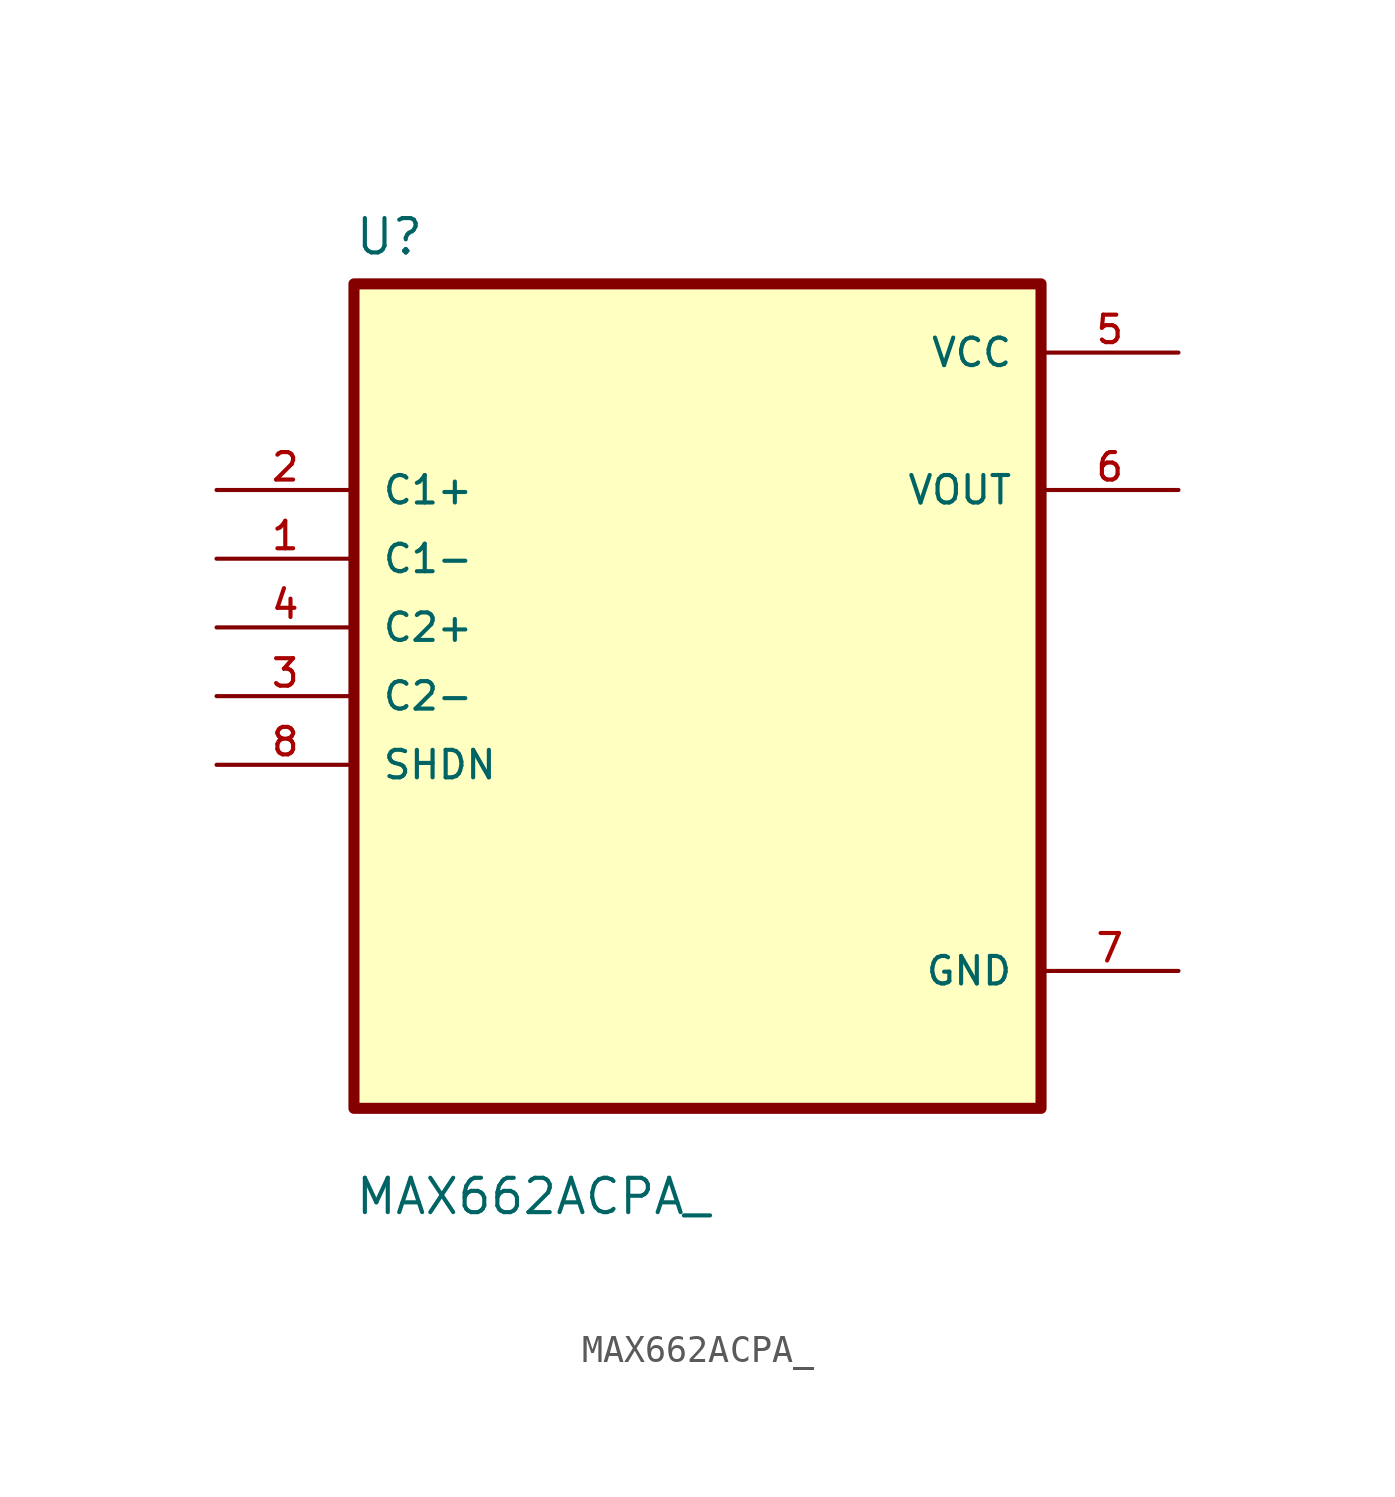
<source format=kicad_sym>
(kicad_symbol_lib
  (version 20211014)
  (generator kicad_symbol_editor)
  (symbol "MAX662ACPA_"
    (pin_names
      (offset 1.016))
    (property "Reference" "U"
      (at -12.7 16.24 0.0)
      (effects (font (size 1.27 1.27)) (justify bottom left)))
    (property "Value" "MAX662ACPA_"
      (at -12.7 -19.24 0.0)
      (effects (font (size 1.27 1.27)) (justify bottom left)))
    (symbol "MAX662ACPA__0_0"
      (rectangle (start -12.7 -15.24) (end 12.7 15.24) (stroke (width 0.41)) (fill (type background)))
      (pin input line (at -17.78 7.62 0) (length 5.08) (name "C1+" (effects (font (size 1.016 1.016)))) (number "2" (effects (font (size 1.016 1.016)))))
      (pin input line (at -17.78 5.08 0) (length 5.08) (name "C1-" (effects (font (size 1.016 1.016)))) (number "1" (effects (font (size 1.016 1.016)))))
      (pin input line (at -17.78 2.54 0) (length 5.08) (name "C2+" (effects (font (size 1.016 1.016)))) (number "4" (effects (font (size 1.016 1.016)))))
      (pin input line (at -17.78 0.0 0) (length 5.08) (name "C2-" (effects (font (size 1.016 1.016)))) (number "3" (effects (font (size 1.016 1.016)))))
      (pin input line (at -17.78 -2.54 0) (length 5.08) (name "SHDN" (effects (font (size 1.016 1.016)))) (number "8" (effects (font (size 1.016 1.016)))))
      (pin power_in line (at 17.78 12.7 180.0) (length 5.08) (name "VCC" (effects (font (size 1.016 1.016)))) (number "5" (effects (font (size 1.016 1.016)))))
      (pin output line (at 17.78 7.62 180.0) (length 5.08) (name "VOUT" (effects (font (size 1.016 1.016)))) (number "6" (effects (font (size 1.016 1.016)))))
      (pin power_in line (at 17.78 -10.16 180.0) (length 5.08) (name "GND" (effects (font (size 1.016 1.016)))) (number "7" (effects (font (size 1.016 1.016))))))))
</source>
